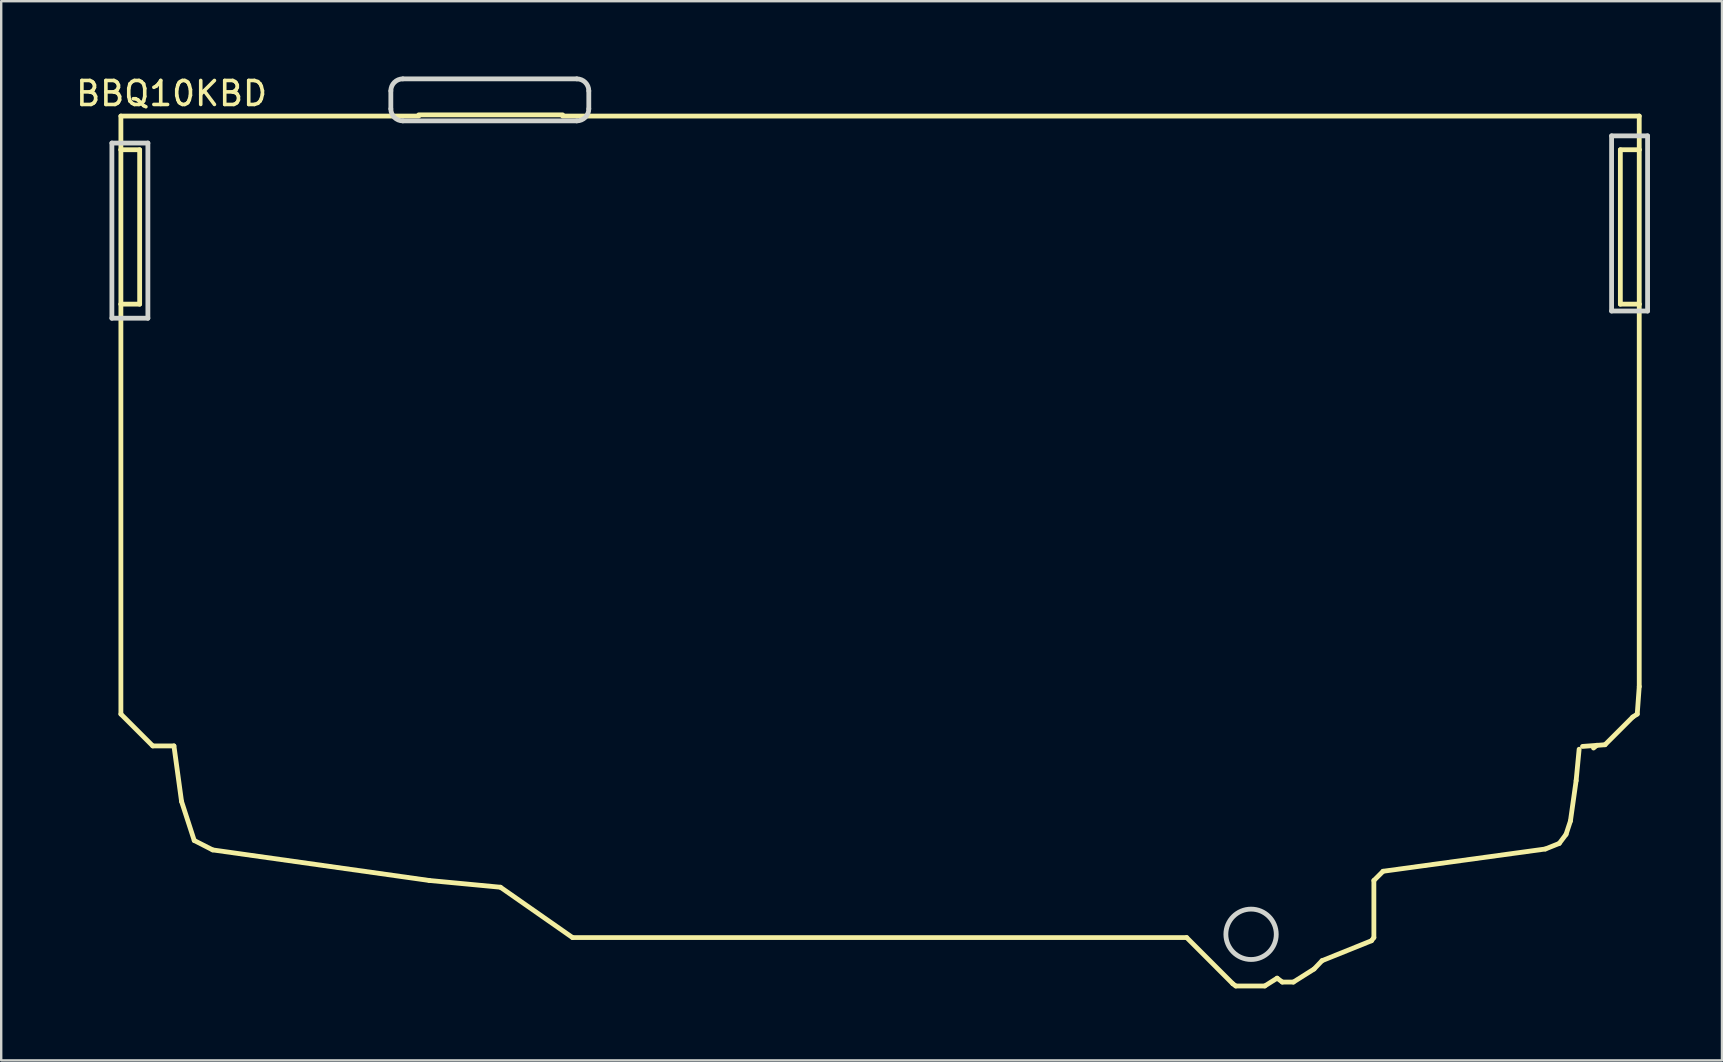
<source format=kicad_pcb>
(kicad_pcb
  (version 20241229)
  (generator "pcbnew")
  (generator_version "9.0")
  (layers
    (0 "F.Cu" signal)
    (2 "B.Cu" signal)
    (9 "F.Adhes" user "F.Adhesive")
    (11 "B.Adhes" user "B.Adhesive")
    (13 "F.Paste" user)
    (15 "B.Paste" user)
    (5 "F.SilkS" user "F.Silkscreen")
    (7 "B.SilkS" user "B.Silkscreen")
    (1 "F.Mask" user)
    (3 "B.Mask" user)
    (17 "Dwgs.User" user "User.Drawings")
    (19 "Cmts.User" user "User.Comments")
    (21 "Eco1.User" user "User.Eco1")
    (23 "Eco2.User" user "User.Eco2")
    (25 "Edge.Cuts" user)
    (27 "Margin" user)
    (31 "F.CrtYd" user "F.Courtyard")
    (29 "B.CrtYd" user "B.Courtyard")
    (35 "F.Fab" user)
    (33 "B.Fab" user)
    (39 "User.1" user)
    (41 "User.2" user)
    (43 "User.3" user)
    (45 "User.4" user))
  (footprint "BBQ10KBD"
    (layer "F.Cu")
    (at 33.601 18.848)
    (property "Reference" "BBQ10KBD" (at -29.5 -18 0) (layer "F.SilkS") (effects (font (size 1 1) (thickness 0.15))))
    (attr through_hole)
    (fp_line (start -31.613 -17.061) (end -31.613 -15.657) (stroke (width 0.2) (type solid)) (layer "F.SilkS"))
    (fp_line (start -31.613 -15.657) (end -31.613 -9.222) (stroke (width 0.2) (type solid)) (layer "F.SilkS"))
    (fp_line (start -31.613 -15.657) (end -30.831 -15.657) (stroke (width 0.2) (type solid)) (layer "F.SilkS"))
    (fp_line (start -31.613 -9.222) (end -31.613 7.861) (stroke (width 0.2) (type solid)) (layer "F.SilkS"))
    (fp_line (start -31.613 7.861) (end -30.285 9.188) (stroke (width 0.2) (type solid)) (layer "F.SilkS"))
    (fp_line (start -30.831 -15.657) (end -30.831 -9.222) (stroke (width 0.2) (type solid)) (layer "F.SilkS"))
    (fp_line (start -30.831 -9.222) (end -31.613 -9.222) (stroke (width 0.2) (type solid)) (layer "F.SilkS"))
    (fp_line (start -30.285 9.188) (end -29.402 9.188) (stroke (width 0.2) (type solid)) (layer "F.SilkS"))
    (fp_line (start -29.402 9.188) (end -29.085 11.501) (stroke (width 0.2) (type solid)) (layer "F.SilkS"))
    (fp_line (start -29.085 11.501) (end -28.556 13.13) (stroke (width 0.2) (type solid)) (layer "F.SilkS"))
    (fp_line (start -28.556 13.13) (end -27.788 13.522) (stroke (width 0.2) (type solid)) (layer "F.SilkS"))
    (fp_line (start -27.788 13.522) (end -18.76 14.796) (stroke (width 0.2) (type solid)) (layer "F.SilkS"))
    (fp_line (start -19.2 -17.061) (end -31.613 -17.061) (stroke (width 0.2) (type solid)) (layer "F.SilkS"))
    (fp_line (start -18.76 14.796) (end -15.795 15.077) (stroke (width 0.2) (type solid)) (layer "F.SilkS"))
    (fp_line (start -15.795 15.077) (end -12.791 17.175) (stroke (width 0.2) (type solid)) (layer "F.SilkS"))
    (fp_line (start -13.204 -17.111) (end -19.2 -17.111) (stroke (width 0.2) (type solid)) (layer "F.SilkS"))
    (fp_line (start -12.791 17.175) (end 12.802 17.175) (stroke (width 0.2) (type solid)) (layer "F.SilkS"))
    (fp_line (start 12.802 17.175) (end 14.726 19.1) (stroke (width 0.2) (type solid)) (layer "F.SilkS"))
    (fp_line (start 14.726 19.1) (end 14.85 19.193) (stroke (width 0.2) (type solid)) (layer "F.SilkS"))
    (fp_line (start 14.85 19.193) (end 16.057 19.193) (stroke (width 0.2) (type solid)) (layer "F.SilkS"))
    (fp_line (start 16.057 19.193) (end 16.573 18.867) (stroke (width 0.2) (type solid)) (layer "F.SilkS"))
    (fp_line (start 16.573 18.867) (end 16.79 19.03) (stroke (width 0.2) (type solid)) (layer "F.SilkS"))
    (fp_line (start 16.79 19.03) (end 17.251 19.03) (stroke (width 0.2) (type solid)) (layer "F.SilkS"))
    (fp_line (start 17.251 19.03) (end 18.113 18.486) (stroke (width 0.2) (type solid)) (layer "F.SilkS"))
    (fp_line (start 18.113 18.486) (end 18.445 18.138) (stroke (width 0.2) (type solid)) (layer "F.SilkS"))
    (fp_line (start 18.445 18.138) (end 20.506 17.307) (stroke (width 0.2) (type solid)) (layer "F.SilkS"))
    (fp_line (start 20.506 17.307) (end 20.605 17.175) (stroke (width 0.2) (type solid)) (layer "F.SilkS"))
    (fp_line (start 20.605 14.796) (end 20.989 14.412) (stroke (width 0.2) (type solid)) (layer "F.SilkS"))
    (fp_line (start 20.605 17.175) (end 20.605 14.796) (stroke (width 0.2) (type solid)) (layer "F.SilkS"))
    (fp_line (start 20.989 14.412) (end 27.752 13.484) (stroke (width 0.2) (type solid)) (layer "F.SilkS"))
    (fp_line (start 27.752 13.484) (end 28.331 13.251) (stroke (width 0.2) (type solid)) (layer "F.SilkS"))
    (fp_line (start 28.331 13.251) (end 28.613 12.876) (stroke (width 0.2) (type solid)) (layer "F.SilkS"))
    (fp_line (start 28.613 12.876) (end 28.797 12.315) (stroke (width 0.2) (type solid)) (layer "F.SilkS"))
    (fp_line (start 28.797 12.315) (end 29.034 10.636) (stroke (width 0.2) (type solid)) (layer "F.SilkS"))
    (fp_line (start 29.034 10.636) (end 29.159 9.326) (stroke (width 0.2) (type solid)) (layer "F.SilkS"))
    (fp_line (start 29.3 9.209) (end 30.238 9.139) (stroke (width 0.2) (type solid)) (layer "F.SilkS"))
    (fp_line (start 29.759 9.276) (end 29.9 9.159) (stroke (width 0.2) (type solid)) (layer "F.SilkS"))
    (fp_line (start 30.238 9.139) (end 31.392 7.985) (stroke (width 0.2) (type solid)) (layer "F.SilkS"))
    (fp_line (start 30.877 -15.657) (end 30.877 -9.222) (stroke (width 0.2) (type solid)) (layer "F.SilkS"))
    (fp_line (start 30.877 -9.222) (end 31.664 -9.222) (stroke (width 0.2) (type solid)) (layer "F.SilkS"))
    (fp_line (start 31.392 7.985) (end 31.581 7.861) (stroke (width 0.2) (type solid)) (layer "F.SilkS"))
    (fp_line (start 31.581 7.861) (end 31.664 6.714) (stroke (width 0.2) (type solid)) (layer "F.SilkS"))
    (fp_line (start 31.664 -17.061) (end -13.204 -17.061) (stroke (width 0.2) (type solid)) (layer "F.SilkS"))
    (fp_line (start 31.664 -15.657) (end 30.877 -15.657) (stroke (width 0.2) (type solid)) (layer "F.SilkS"))
    (fp_line (start 31.664 -15.657) (end 31.664 -17.061) (stroke (width 0.2) (type solid)) (layer "F.SilkS"))
    (fp_line (start 31.664 -9.222) (end 31.664 -15.657) (stroke (width 0.2) (type solid)) (layer "F.SilkS"))
    (fp_line (start 31.664 6.714) (end 31.664 -9.222) (stroke (width 0.2) (type solid)) (layer "F.SilkS"))
    (fp_line (start -31.988 -15.936) (end -31.988 -8.636) (stroke (width 0.2) (type solid)) (layer "Edge.Cuts"))
    (fp_line (start -31.988 -8.636) (end -30.488 -8.636) (stroke (width 0.2) (type solid)) (layer "Edge.Cuts"))
    (fp_line (start -30.488 -15.936) (end -31.988 -15.936) (stroke (width 0.2) (type solid)) (layer "Edge.Cuts"))
    (fp_line (start -30.488 -8.636) (end -30.488 -15.936) (stroke (width 0.2) (type solid)) (layer "Edge.Cuts"))
    (fp_line (start -20.363 -17.361) (end -20.363 -18.111) (stroke (width 0.2) (type solid)) (layer "Edge.Cuts"))
    (fp_line (start -19.863 -18.611) (end -12.613 -18.611) (stroke (width 0.2) (type solid)) (layer "Edge.Cuts"))
    (fp_line (start -12.613 -16.861) (end -19.863 -16.861) (stroke (width 0.2) (type solid)) (layer "Edge.Cuts"))
    (fp_line (start -12.113 -18.111) (end -12.113 -17.361) (stroke (width 0.2) (type solid)) (layer "Edge.Cuts"))
    (fp_line (start 30.512 -16.236) (end 30.512 -8.936) (stroke (width 0.2) (type solid)) (layer "Edge.Cuts"))
    (fp_line (start 30.512 -8.936) (end 32.012 -8.936) (stroke (width 0.2) (type solid)) (layer "Edge.Cuts"))
    (fp_line (start 32.012 -16.236) (end 30.512 -16.236) (stroke (width 0.2) (type solid)) (layer "Edge.Cuts"))
    (fp_line (start 32.012 -8.936) (end 32.012 -16.236) (stroke (width 0.2) (type solid)) (layer "Edge.Cuts"))
    (fp_arc (start -20.36298 -18.111106) (mid -20.216533 -18.464659) (end -19.86298 -18.611106) (stroke (width 0.2) (type solid)) (layer "Edge.Cuts"))
    (fp_arc (start -19.86298 -16.861106) (mid -20.216533 -17.007553) (end -20.36298 -17.361106) (stroke (width 0.2) (type solid)) (layer "Edge.Cuts"))
    (fp_arc (start -12.61298 -18.611106) (mid -12.259427 -18.464659) (end -12.11298 -18.111106) (stroke (width 0.2) (type solid)) (layer "Edge.Cuts"))
    (fp_arc (start -12.11298 -17.361106) (mid -12.259427 -17.007553) (end -12.61298 -16.861106) (stroke (width 0.2) (type solid)) (layer "Edge.Cuts"))
    (fp_circle (center 15.487 17.039) (end 16.537 17.039) (stroke (width 0.2) (type solid)) (fill no) (layer "Edge.Cuts")))
  (gr_rect
    (start -3 -3)
    (end 68.713 41.141)
    (stroke (width 0.1) (type default))
    (fill no)
    (layer "Edge.Cuts")))
</source>
